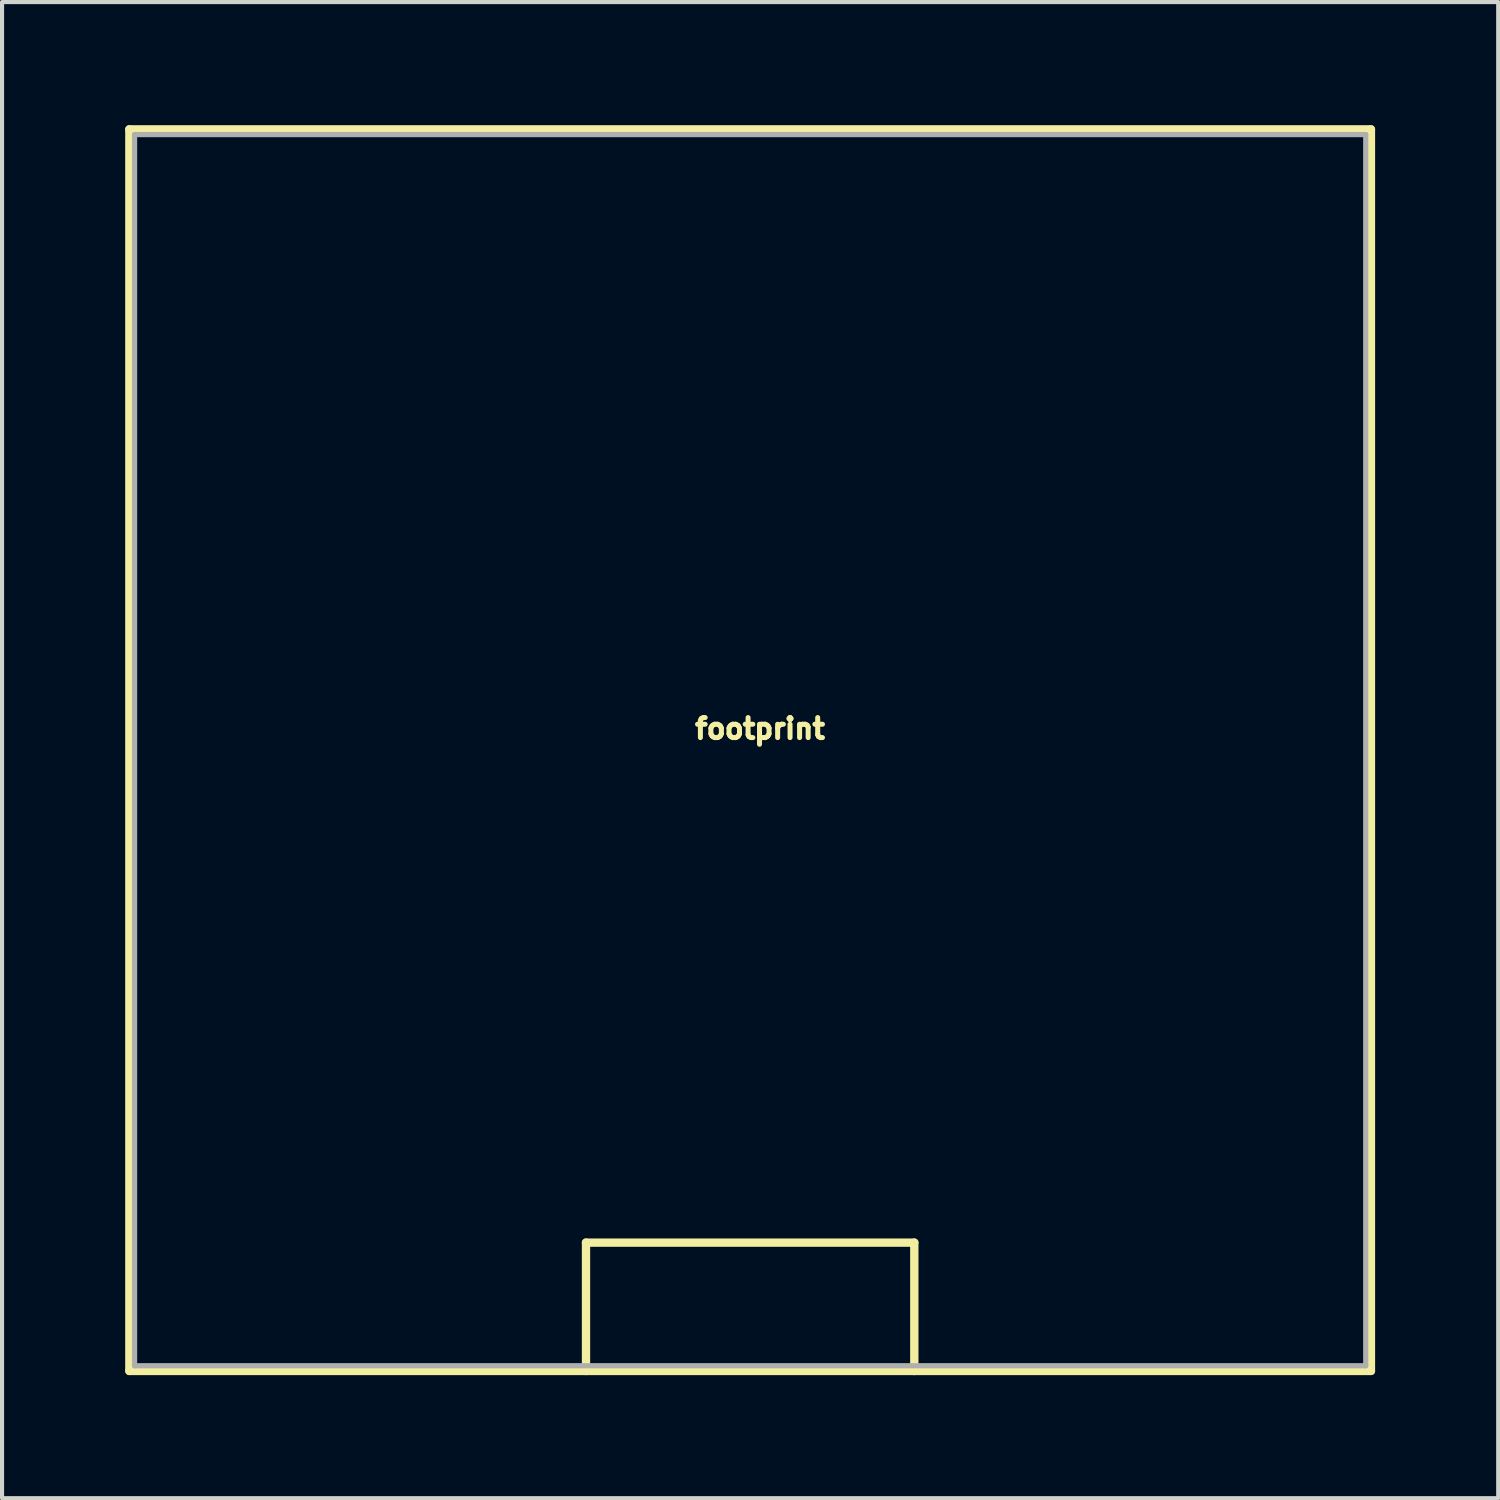
<source format=kicad_pcb>
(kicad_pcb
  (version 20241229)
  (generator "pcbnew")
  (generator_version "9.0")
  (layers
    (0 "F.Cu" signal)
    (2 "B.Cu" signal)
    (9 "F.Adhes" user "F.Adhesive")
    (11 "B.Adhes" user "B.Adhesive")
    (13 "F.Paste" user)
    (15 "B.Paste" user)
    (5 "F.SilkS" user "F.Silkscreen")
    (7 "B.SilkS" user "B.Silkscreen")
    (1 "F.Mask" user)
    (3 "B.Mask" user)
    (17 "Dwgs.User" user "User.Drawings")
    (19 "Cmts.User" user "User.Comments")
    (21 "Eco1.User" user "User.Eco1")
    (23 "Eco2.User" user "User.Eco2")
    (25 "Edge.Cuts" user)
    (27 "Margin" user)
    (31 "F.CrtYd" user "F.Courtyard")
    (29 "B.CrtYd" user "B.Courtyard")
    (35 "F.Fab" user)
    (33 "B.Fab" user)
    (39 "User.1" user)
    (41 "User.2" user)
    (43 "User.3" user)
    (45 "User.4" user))
  (footprint "footprint"
    (layer "F.Cu")
    (at 15.229 15.229)
    (property "Reference" "footprint" (at 0.24 -0.24 0) (layer "F.SilkS") (effects (font (size 0.488 0.488) (thickness 0.122)) (justify bottom)))
    (fp_line (start -15.127 -15.127) (end 15.127 -15.127) (stroke (width 0.203) (type solid)) (layer "F.SilkS"))
    (fp_line (start -15.127 15.127) (end -15.127 -15.127) (stroke (width 0.203) (type solid)) (layer "F.SilkS"))
    (fp_line (start -4 12) (end 4 12) (stroke (width 0.203) (type solid)) (layer "F.SilkS"))
    (fp_line (start -4 15.127) (end -15.127 15.127) (stroke (width 0.203) (type solid)) (layer "F.SilkS"))
    (fp_line (start -4 15.127) (end -4 12) (stroke (width 0.203) (type solid)) (layer "F.SilkS"))
    (fp_line (start 4 15.127) (end -4 15.127) (stroke (width 0.203) (type solid)) (layer "F.SilkS"))
    (fp_line (start 4 15.127) (end 4 12) (stroke (width 0.203) (type solid)) (layer "F.SilkS"))
    (fp_line (start 15.127 -15.127) (end 15.127 15.127) (stroke (width 0.203) (type solid)) (layer "F.SilkS"))
    (fp_line (start 15.127 15.127) (end 4 15.127) (stroke (width 0.203) (type solid)) (layer "F.SilkS"))
    (fp_line (start -15 -15) (end 15 -15) (stroke (width 0.127) (type solid)) (layer "F.Fab"))
    (fp_line (start -15 15) (end -15 -15) (stroke (width 0.127) (type solid)) (layer "F.Fab"))
    (fp_line (start 15 -15) (end 15 15) (stroke (width 0.127) (type solid)) (layer "F.Fab"))
    (fp_line (start 15 15) (end -15 15) (stroke (width 0.127) (type solid)) (layer "F.Fab")))
  (gr_rect
    (start -3 -3)
    (end 33.457 33.457)
    (stroke (width 0.1) (type default))
    (fill no)
    (layer "Edge.Cuts")))
</source>
